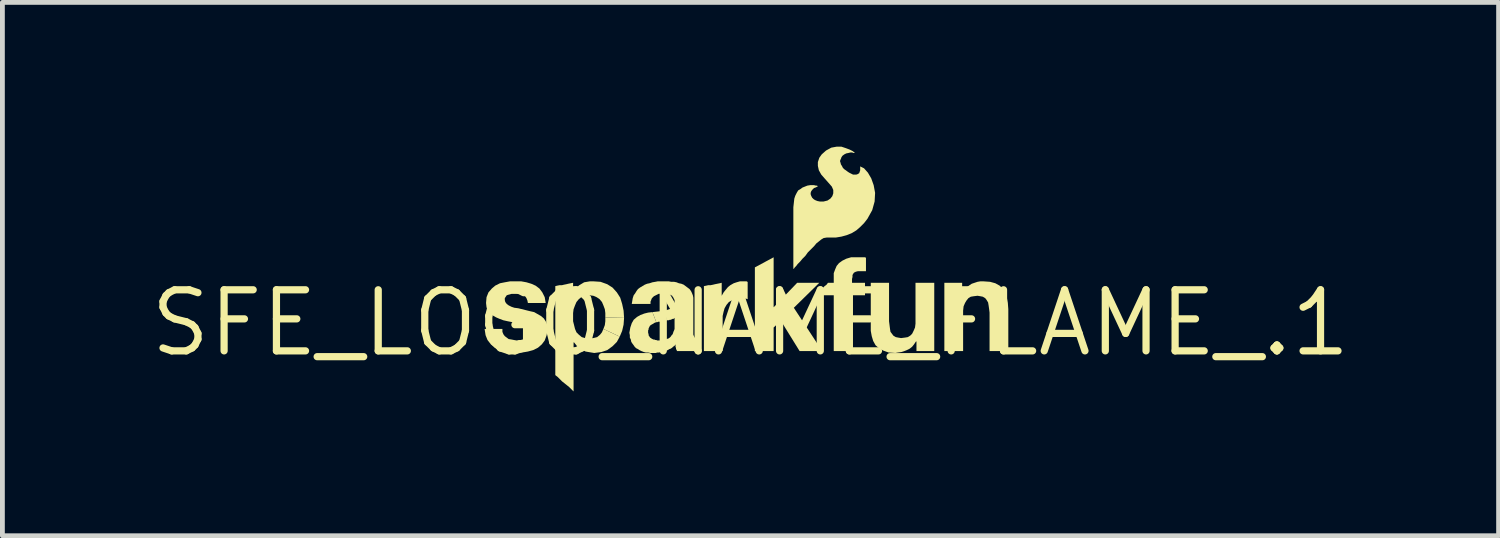
<source format=kicad_pcb>
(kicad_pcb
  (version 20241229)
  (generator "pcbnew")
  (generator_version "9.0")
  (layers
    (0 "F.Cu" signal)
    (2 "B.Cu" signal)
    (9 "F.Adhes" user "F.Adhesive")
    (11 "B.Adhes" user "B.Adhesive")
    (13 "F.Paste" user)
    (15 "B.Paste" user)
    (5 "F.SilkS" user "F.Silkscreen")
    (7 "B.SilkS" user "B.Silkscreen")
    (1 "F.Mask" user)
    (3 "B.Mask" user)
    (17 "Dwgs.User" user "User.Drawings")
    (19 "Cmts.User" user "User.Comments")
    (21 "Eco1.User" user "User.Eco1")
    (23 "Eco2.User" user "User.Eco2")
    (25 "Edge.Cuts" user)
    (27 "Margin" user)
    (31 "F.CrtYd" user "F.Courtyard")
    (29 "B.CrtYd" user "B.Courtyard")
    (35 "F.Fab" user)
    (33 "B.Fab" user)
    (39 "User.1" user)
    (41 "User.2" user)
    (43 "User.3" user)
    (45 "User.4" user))
  (footprint "SFE_LOGO_NAME_FLAME_.1"
    (layer "F.Cu")
    (at 12.556 3.666)
    (property "Reference" "SFE_LOGO_NAME_FLAME_.1" (at 0 0 0) (layer "F.SilkS") (effects (font (size 1.27 1.27) (thickness 0.15))))
    (attr through_hole)
    (fp_poly (pts (xy -3.059 0.124) (xy -3.029 0.044) (xy -3.019 -0.036) (xy -3.019 -0.116) (xy -2.629 -0.106) (xy -2.639 0.034) (xy -2.669 0.164) (xy -2.719 0.284)) (stroke (width 0) (type solid)) (fill yes) (layer "F.SilkS"))
    (fp_poly (pts (xy -2.039 -0.226) (xy -1.859 -0.246) (xy -1.789 -0.256) (xy -1.739 -0.056) (xy -1.759 -0.046) (xy -1.779 -0.046) (xy -1.809 -0.036) (xy -1.849 -0.036) (xy -1.879 -0.026) (xy -1.919 -0.026) (xy -1.939 -0.016) (xy -1.959 -0.016)) (stroke (width 0) (type solid)) (fill yes) (layer "F.SilkS"))
    (fp_poly (pts (xy 0.091 -1.156) (xy 0.481 -1.366) (xy 0.481 -0.326) (xy 0.971 -0.836) (xy 1.431 -0.836) (xy 0.901 -0.316) (xy 1.491 0.584) (xy 1.021 0.584) (xy 0.631 -0.046) (xy 0.481 0.094) (xy 0.481 0.584) (xy 0.091 0.584)) (stroke (width 0) (type solid)) (fill yes) (layer "F.SilkS"))
    (fp_poly (pts (xy 1.731 -0.576) (xy 1.341 -0.576) (xy 1.381 -0.606) (xy 1.541 -0.766) (xy 1.581 -0.796) (xy 1.611 -0.836) (xy 1.731 -0.836) (xy 1.731 -1.036) (xy 1.761 -1.116) (xy 1.791 -1.186) (xy 1.841 -1.246) (xy 1.911 -1.296) (xy 1.991 -1.336) (xy 2.091 -1.366) (xy 2.381 -1.366) (xy 2.401 -1.356) (xy 2.401 -1.076) (xy 2.231 -1.076) (xy 2.191 -1.066) (xy 2.151 -1.046) (xy 2.131 -1.016) (xy 2.121 -0.996) (xy 2.121 -0.956) (xy 2.111 -0.916) (xy 2.111 -0.836) (xy 2.381 -0.836) (xy 2.381 -0.576) (xy 2.111 -0.576) (xy 2.111 0.584) (xy 1.731 0.584)) (stroke (width 0) (type solid)) (fill yes) (layer "F.SilkS"))
    (fp_poly (pts (xy -0.969 -0.766) (xy -0.919 -0.776) (xy -0.879 -0.786) (xy -0.829 -0.786) (xy -0.779 -0.796) (xy -0.739 -0.806) (xy -0.639 -0.826) (xy -0.599 -0.836) (xy -0.599 -0.566) (xy -0.559 -0.636) (xy -0.519 -0.686) (xy -0.469 -0.746) (xy -0.419 -0.786) (xy -0.349 -0.826) (xy -0.289 -0.846) (xy -0.219 -0.866) (xy -0.079 -0.866) (xy -0.069 -0.856) (xy -0.059 -0.856) (xy -0.059 -0.496) (xy -0.069 -0.496) (xy -0.089 -0.506) (xy -0.199 -0.506) (xy -0.299 -0.496) (xy -0.379 -0.476) (xy -0.449 -0.436) (xy -0.499 -0.376) (xy -0.539 -0.306) (xy -0.559 -0.236) (xy -0.579 -0.146) (xy -0.579 0.584) (xy -0.969 0.584)) (stroke (width 0) (type solid)) (fill yes) (layer "F.SilkS"))
    (fp_poly (pts (xy 3.821 0.584) (xy 3.451 0.584) (xy 3.451 0.384) (xy 3.441 0.384) (xy 3.401 0.444) (xy 3.361 0.494) (xy 3.311 0.534) (xy 3.251 0.564) (xy 3.201 0.584) (xy 3.141 0.604) (xy 3.071 0.614) (xy 3.011 0.624) (xy 2.871 0.614) (xy 2.761 0.574) (xy 2.671 0.524) (xy 2.601 0.464) (xy 2.551 0.374) (xy 2.521 0.274) (xy 2.501 0.164) (xy 2.501 -0.836) (xy 2.881 -0.836) (xy 2.881 -0.036) (xy 2.901 0.124) (xy 2.911 0.184) (xy 2.971 0.264) (xy 3.021 0.294) (xy 3.071 0.304) (xy 3.131 0.314) (xy 3.211 0.304) (xy 3.271 0.294) (xy 3.321 0.264) (xy 3.361 0.224) (xy 3.391 0.164) (xy 3.421 0.094) (xy 3.431 0.014) (xy 3.431 -0.836) (xy 3.821 -0.836)) (stroke (width 0) (type solid)) (fill yes) (layer "F.SilkS"))
    (fp_poly (pts (xy 4.031 -0.836) (xy 4.401 -0.836) (xy 4.401 -0.636) (xy 4.411 -0.636) (xy 4.451 -0.696) (xy 4.491 -0.736) (xy 4.541 -0.776) (xy 4.601 -0.816) (xy 4.721 -0.856) (xy 4.781 -0.866) (xy 4.841 -0.866) (xy 4.981 -0.856) (xy 5.091 -0.826) (xy 5.181 -0.776) (xy 5.251 -0.706) (xy 5.301 -0.626) (xy 5.331 -0.526) (xy 5.351 -0.416) (xy 5.361 -0.286) (xy 5.361 0.584) (xy 4.971 0.584) (xy 4.971 -0.216) (xy 4.961 -0.296) (xy 4.951 -0.366) (xy 4.941 -0.426) (xy 4.911 -0.476) (xy 4.881 -0.516) (xy 4.831 -0.546) (xy 4.781 -0.556) (xy 4.721 -0.566) (xy 4.641 -0.556) (xy 4.581 -0.546) (xy 4.531 -0.516) (xy 4.491 -0.466) (xy 4.461 -0.416) (xy 4.431 -0.346) (xy 4.421 -0.256) (xy 4.421 0.584) (xy 4.031 0.584)) (stroke (width 0) (type solid)) (fill yes) (layer "F.SilkS"))
    (fp_poly (pts (xy -2.719 0.284) (xy -2.779 0.394) (xy -2.869 0.484) (xy -2.979 0.564) (xy -3.099 0.604) (xy -3.249 0.624) (xy -3.429 0.594) (xy -3.489 0.564) (xy -3.589 0.504) (xy -3.669 0.404) (xy -3.679 0.404) (xy -3.679 1.424) (xy -3.769 1.334) (xy -3.919 1.214) (xy -4.009 1.124) (xy -4.059 1.084) (xy -4.059 -0.766) (xy -4.019 -0.776) (xy -3.969 -0.786) (xy -3.919 -0.786) (xy -3.879 -0.796) (xy -3.829 -0.806) (xy -3.789 -0.816) (xy -3.689 -0.836) (xy -3.689 -0.656) (xy -3.649 -0.706) (xy -3.609 -0.746) (xy -3.559 -0.786) (xy -3.459 -0.846) (xy -3.339 -0.866) (xy -3.269 -0.866) (xy -3.119 -0.856) (xy -2.979 -0.806) (xy -2.869 -0.736) (xy -2.779 -0.636) (xy -2.709 -0.526) (xy -2.669 -0.396) (xy -2.639 -0.256) (xy -2.629 -0.106) (xy -3.019 -0.116) (xy -3.019 -0.206) (xy -3.029 -0.286) (xy -3.059 -0.366) (xy -3.089 -0.436) (xy -3.139 -0.496) (xy -3.199 -0.536) (xy -3.269 -0.566) (xy -3.359 -0.576) (xy -3.439 -0.566) (xy -3.519 -0.536) (xy -3.569 -0.496) (xy -3.619 -0.436) (xy -3.649 -0.366) (xy -3.679 -0.286) (xy -3.689 -0.206) (xy -3.689 -0.036) (xy -3.649 0.124) (xy -3.619 0.194) (xy -3.569 0.244) (xy -3.509 0.294) (xy -3.439 0.314) (xy -3.349 0.324) (xy -3.269 0.314) (xy -3.189 0.294) (xy -3.129 0.244) (xy -3.089 0.194) (xy -3.059 0.124)) (stroke (width 0) (type solid)) (fill yes) (layer "F.SilkS"))
    (fp_poly (pts (xy -5.159 0.124) (xy -5.159 0.184) (xy -5.139 0.234) (xy -5.109 0.274) (xy -5.029 0.334) (xy -4.969 0.344) (xy -4.919 0.354) (xy -4.859 0.364) (xy -4.819 0.354) (xy -4.779 0.354) (xy -4.739 0.344) (xy -4.699 0.324) (xy -4.659 0.294) (xy -4.629 0.264) (xy -4.609 0.184) (xy -4.619 0.144) (xy -4.639 0.104) (xy -4.679 0.074) (xy -4.729 0.044) (xy -4.789 0.024) (xy -4.949 -0.016) (xy -5.049 -0.036) (xy -5.139 -0.056) (xy -5.219 -0.086) (xy -5.289 -0.116) (xy -5.359 -0.156) (xy -5.419 -0.196) (xy -5.459 -0.256) (xy -5.489 -0.326) (xy -5.499 -0.416) (xy -5.489 -0.536) (xy -5.449 -0.636) (xy -5.379 -0.716) (xy -5.309 -0.776) (xy -5.209 -0.826) (xy -5.109 -0.846) (xy -4.999 -0.866) (xy -4.769 -0.866) (xy -4.659 -0.846) (xy -4.559 -0.816) (xy -4.469 -0.776) (xy -4.389 -0.716) (xy -4.329 -0.636) (xy -4.279 -0.536) (xy -4.259 -0.416) (xy -4.629 -0.416) (xy -4.639 -0.466) (xy -4.659 -0.516) (xy -4.679 -0.546) (xy -4.709 -0.566) (xy -4.749 -0.586) (xy -4.799 -0.606) (xy -4.969 -0.606) (xy -4.999 -0.596) (xy -5.039 -0.586) (xy -5.069 -0.576) (xy -5.109 -0.516) (xy -5.109 -0.476) (xy -5.099 -0.436) (xy -5.069 -0.396) (xy -5.029 -0.366) (xy -4.969 -0.336) (xy -4.909 -0.316) (xy -4.829 -0.306) (xy -4.589 -0.246) (xy -4.499 -0.226) (xy -4.359 -0.146) (xy -4.299 -0.096) (xy -4.259 -0.036) (xy -4.229 0.034) (xy -4.219 0.124) (xy -4.239 0.254) (xy -4.279 0.364) (xy -4.339 0.444) (xy -4.419 0.514) (xy -4.519 0.564) (xy -4.629 0.594) (xy -4.749 0.614) (xy -4.869 0.624) (xy -4.989 0.614) (xy -5.109 0.594) (xy -5.219 0.564) (xy -5.319 0.514) (xy -5.399 0.444) (xy -5.469 0.354) (xy -5.509 0.254) (xy -5.529 0.124)) (stroke (width 0) (type solid)) (fill yes) (layer "F.SilkS"))
    (fp_poly (pts (xy 2.281 -3.256) (xy 2.281 -3.176) (xy 2.261 -3.116) (xy 2.231 -3.096) (xy 2.201 -3.086) (xy 2.131 -3.086) (xy 2.051 -3.126) (xy 2.021 -3.146) (xy 1.981 -3.176) (xy 1.951 -3.196) (xy 1.921 -3.226) (xy 1.901 -3.266) (xy 1.881 -3.296) (xy 1.871 -3.336) (xy 1.861 -3.366) (xy 1.871 -3.396) (xy 1.881 -3.416) (xy 1.891 -3.446) (xy 1.911 -3.476) (xy 1.951 -3.506) (xy 1.991 -3.526) (xy 2.041 -3.536) (xy 2.081 -3.546) (xy 2.111 -3.546) (xy 2.141 -3.536) (xy 2.171 -3.536) (xy 2.161 -3.546) (xy 2.121 -3.576) (xy 2.061 -3.606) (xy 1.981 -3.636) (xy 1.891 -3.666) (xy 1.791 -3.666) (xy 1.681 -3.646) (xy 1.571 -3.586) (xy 1.481 -3.506) (xy 1.431 -3.436) (xy 1.401 -3.346) (xy 1.401 -3.266) (xy 1.421 -3.176) (xy 1.471 -3.086) (xy 1.541 -3.006) (xy 1.621 -2.916) (xy 1.691 -2.836) (xy 1.721 -2.766) (xy 1.721 -2.696) (xy 1.701 -2.636) (xy 1.661 -2.586) (xy 1.601 -2.546) (xy 1.521 -2.526) (xy 1.441 -2.526) (xy 1.391 -2.536) (xy 1.341 -2.556) (xy 1.311 -2.576) (xy 1.281 -2.606) (xy 1.261 -2.646) (xy 1.251 -2.676) (xy 1.251 -2.706) (xy 1.261 -2.736) (xy 1.281 -2.766) (xy 1.321 -2.806) (xy 1.351 -2.816) (xy 1.391 -2.836) (xy 1.401 -2.846) (xy 1.381 -2.856) (xy 1.361 -2.856) (xy 1.321 -2.866) (xy 1.241 -2.866) (xy 1.181 -2.856) (xy 1.081 -2.816) (xy 1.041 -2.786) (xy 0.991 -2.756) (xy 0.961 -2.706) (xy 0.931 -2.646) (xy 0.911 -2.586) (xy 0.891 -2.406) (xy 0.891 -1.126) (xy 0.901 -1.126) (xy 0.921 -1.156) (xy 0.951 -1.186) (xy 0.981 -1.226) (xy 1.031 -1.276) (xy 1.081 -1.336) (xy 1.141 -1.396) (xy 1.191 -1.466) (xy 1.321 -1.596) (xy 1.371 -1.656) (xy 1.471 -1.736) (xy 1.521 -1.766) (xy 1.581 -1.776) (xy 1.771 -1.776) (xy 1.891 -1.796) (xy 2.001 -1.826) (xy 2.101 -1.866) (xy 2.201 -1.926) (xy 2.281 -1.996) (xy 2.361 -2.076) (xy 2.431 -2.166) (xy 2.531 -2.346) (xy 2.581 -2.526) (xy 2.591 -2.706) (xy 2.561 -2.866) (xy 2.511 -3.006) (xy 2.441 -3.126) (xy 2.361 -3.216)) (stroke (width 0) (type solid)) (fill yes) (layer "F.SilkS"))
    (fp_poly (pts (xy -1.959 -0.016) (xy -1.989 -0.006) (xy -2.009 0.004) (xy -2.019 0.014) (xy -2.059 0.034) (xy -2.069 0.044) (xy -2.089 0.054) (xy -2.119 0.114) (xy -2.119 0.134) (xy -2.129 0.154) (xy -2.129 0.204) (xy -2.119 0.234) (xy -2.119 0.254) (xy -2.109 0.274) (xy -2.099 0.284) (xy -2.089 0.304) (xy -2.069 0.314) (xy -2.059 0.324) (xy -2.019 0.344) (xy -1.999 0.344) (xy -1.979 0.354) (xy -1.959 0.354) (xy -1.939 0.364) (xy -1.889 0.364) (xy -1.839 0.354) (xy -1.789 0.354) (xy -1.749 0.334) (xy -1.709 0.324) (xy -1.679 0.304) (xy -1.659 0.284) (xy -1.639 0.254) (xy -1.619 0.234) (xy -1.599 0.174) (xy -1.589 0.154) (xy -1.579 0.124) (xy -1.579 -0.106) (xy -1.599 -0.086) (xy -1.619 -0.086) (xy -1.659 -0.066) (xy -1.679 -0.066) (xy -1.699 -0.056) (xy -1.739 -0.056) (xy -1.789 -0.256) (xy -1.719 -0.276) (xy -1.659 -0.296) (xy -1.609 -0.326) (xy -1.579 -0.366) (xy -1.579 -0.476) (xy -1.609 -0.536) (xy -1.619 -0.546) (xy -1.629 -0.566) (xy -1.689 -0.596) (xy -1.709 -0.596) (xy -1.729 -0.606) (xy -1.909 -0.606) (xy -2.009 -0.556) (xy -2.049 -0.516) (xy -2.059 -0.496) (xy -2.069 -0.466) (xy -2.079 -0.446) (xy -2.079 -0.396) (xy -2.469 -0.396) (xy -2.449 -0.516) (xy -2.429 -0.576) (xy -2.399 -0.616) (xy -2.369 -0.666) (xy -2.339 -0.706) (xy -2.299 -0.736) (xy -2.199 -0.796) (xy -2.149 -0.816) (xy -2.099 -0.826) (xy -2.039 -0.846) (xy -1.979 -0.856) (xy -1.929 -0.866) (xy -1.699 -0.866) (xy -1.649 -0.856) (xy -1.589 -0.856) (xy -1.539 -0.846) (xy -1.489 -0.826) (xy -1.439 -0.816) (xy -1.389 -0.796) (xy -1.269 -0.706) (xy -1.239 -0.666) (xy -1.219 -0.626) (xy -1.199 -0.576) (xy -1.189 -0.526) (xy -1.189 0.344) (xy -1.179 0.364) (xy -1.179 0.454) (xy -1.169 0.474) (xy -1.169 0.494) (xy -1.159 0.514) (xy -1.159 0.544) (xy -1.149 0.564) (xy -1.139 0.574) (xy -1.139 0.584) (xy -1.529 0.584) (xy -1.529 0.574) (xy -1.539 0.564) (xy -1.539 0.554) (xy -1.549 0.544) (xy -1.549 0.514) (xy -1.559 0.504) (xy -1.559 0.444) (xy -1.579 0.474) (xy -1.609 0.494) (xy -1.629 0.514) (xy -1.659 0.534) (xy -1.689 0.544) (xy -1.719 0.564) (xy -1.839 0.604) (xy -1.869 0.604) (xy -1.899 0.614) (xy -1.939 0.614) (xy -1.969 0.624) (xy -2.079 0.624) (xy -2.129 0.614) (xy -2.179 0.614) (xy -2.219 0.604) (xy -2.269 0.584) (xy -2.309 0.564) (xy -2.339 0.544) (xy -2.379 0.524) (xy -2.409 0.494) (xy -2.429 0.464) (xy -2.459 0.424) (xy -2.479 0.394) (xy -2.489 0.344) (xy -2.509 0.304) (xy -2.509 0.254) (xy -2.519 0.204) (xy -2.499 0.094) (xy -2.469 0.004) (xy -2.429 -0.066) (xy -2.359 -0.126) (xy -2.289 -0.166) (xy -2.209 -0.196) (xy -2.129 -0.216) (xy -2.039 -0.226)) (stroke (width 0) (type solid)) (fill yes) (layer "F.SilkS")))
  (gr_rect
    (start -3 -3)
    (end 28.112 8.09)
    (stroke (width 0.1) (type default))
    (fill no)
    (layer "Edge.Cuts")))
</source>
